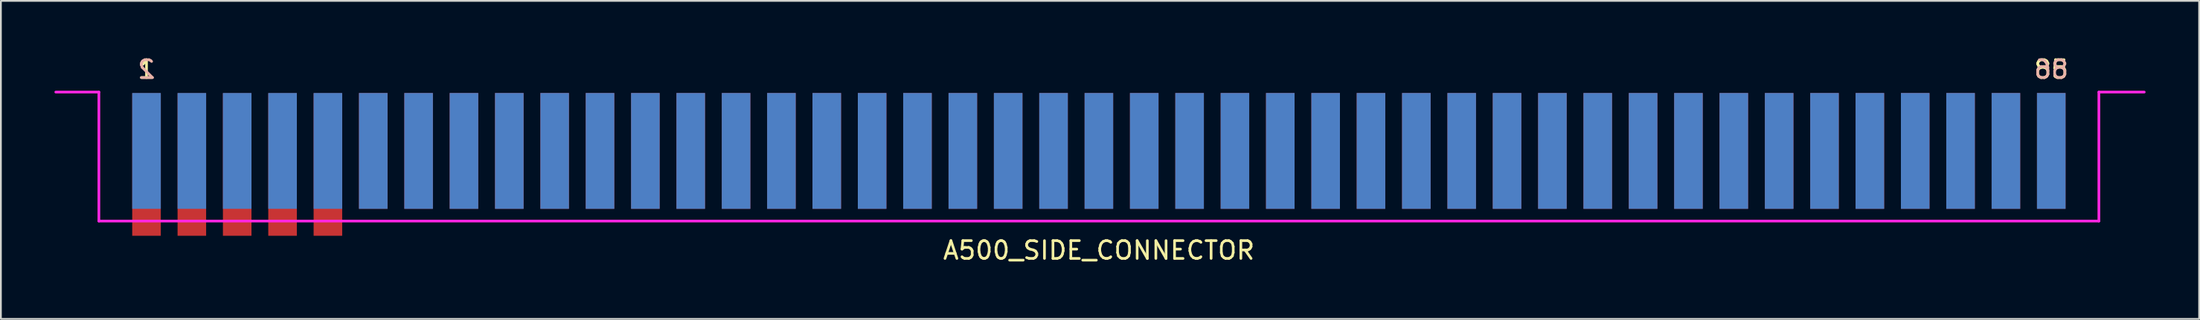
<source format=kicad_pcb>
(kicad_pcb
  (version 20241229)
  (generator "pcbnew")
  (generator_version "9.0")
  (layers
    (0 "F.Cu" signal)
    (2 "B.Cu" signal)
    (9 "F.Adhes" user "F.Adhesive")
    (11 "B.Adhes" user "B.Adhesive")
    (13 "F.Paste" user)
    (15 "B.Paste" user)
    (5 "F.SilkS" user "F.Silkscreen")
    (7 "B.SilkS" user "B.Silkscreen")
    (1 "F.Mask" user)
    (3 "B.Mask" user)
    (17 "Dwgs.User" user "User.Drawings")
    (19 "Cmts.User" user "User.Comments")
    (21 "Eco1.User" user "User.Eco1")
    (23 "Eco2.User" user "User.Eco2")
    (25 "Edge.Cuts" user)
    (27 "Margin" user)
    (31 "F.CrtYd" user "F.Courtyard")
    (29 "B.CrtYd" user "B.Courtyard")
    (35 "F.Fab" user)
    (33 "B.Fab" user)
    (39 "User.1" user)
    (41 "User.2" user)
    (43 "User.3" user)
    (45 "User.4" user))
  (footprint "A500_SIDE_CONNECTOR"
    (layer "F.Cu")
    (at 25.475 10.5)
    (property "Reference" "A500_SIDE_CONNECTOR" (at 33.02 0.5 0) (layer "F.SilkS") (effects (font (size 1 1) (thickness 0.15))))
    (attr through_hole)
    (fp_line (start -22.987 -8.382) (end -25.4 -8.382) (stroke (width 0.15) (type solid)) (layer "F.CrtYd"))
    (fp_line (start -22.987 -1.143) (end -22.987 -8.382) (stroke (width 0.15) (type solid)) (layer "F.CrtYd"))
    (fp_line (start 89.027 -8.382) (end 89.027 -1.143) (stroke (width 0.15) (type solid)) (layer "F.CrtYd"))
    (fp_line (start 89.027 -8.382) (end 91.567 -8.382) (stroke (width 0.15) (type solid)) (layer "F.CrtYd"))
    (fp_line (start 89.027 -1.143) (end -22.987 -1.143) (stroke (width 0.15) (type solid)) (layer "F.CrtYd"))
    (fp_text user "1" (at -20.32 -9.652 0) (unlocked yes) (layer "F.SilkS") (effects (font (size 1 1) (thickness 0.15))))
    (fp_text user "85" (at 86.36 -9.652 0) (unlocked yes) (layer "F.SilkS") (effects (font (size 1 1) (thickness 0.15))))
    (fp_text user "2" (at -20.32 -9.652 0) (unlocked yes) (layer "B.SilkS") (effects (font (size 1 1) (thickness 0.15)) (justify mirror)))
    (fp_text user "86" (at 86.36 -9.652 0) (unlocked yes) (layer "B.SilkS") (effects (font (size 1 1) (thickness 0.15)) (justify mirror)))
    (pad "" smd rect (at 33.02 -3.937) (size 112.014 8.8) (layers "*.Mask"))
    (pad "1" smd rect (at -20.32 -4.318) (size 1.6 8) (layers "F.Cu" "F.Mask" "F.Paste"))
    (pad "2" smd rect (at -20.32 -5.08) (size 1.6 6.5) (layers "B.Cu" "B.Mask" "B.Paste"))
    (pad "3" smd rect (at -17.78 -4.318) (size 1.6 8) (layers "F.Cu" "F.Mask" "F.Paste"))
    (pad "4" smd rect (at -17.78 -5.08) (size 1.6 6.5) (layers "B.Cu" "B.Mask" "B.Paste"))
    (pad "5" smd rect (at -15.24 -4.318) (size 1.6 8) (layers "F.Cu" "F.Mask" "F.Paste"))
    (pad "6" smd rect (at -15.24 -5.08) (size 1.6 6.5) (layers "B.Cu" "B.Mask" "B.Paste"))
    (pad "7" smd rect (at -12.7 -4.318) (size 1.6 8) (layers "F.Cu" "F.Mask" "F.Paste"))
    (pad "8" smd rect (at -12.7 -5.08) (size 1.6 6.5) (layers "B.Cu" "B.Mask" "B.Paste"))
    (pad "9" smd rect (at -10.16 -4.318) (size 1.6 8) (layers "F.Cu" "F.Mask" "F.Paste"))
    (pad "10" smd rect (at -10.16 -5.08) (size 1.6 6.5) (layers "B.Cu" "B.Mask" "B.Paste"))
    (pad "11" smd rect (at -7.62 -5.08) (size 1.6 6.5) (layers "F.Cu" "F.Mask" "F.Paste"))
    (pad "12" smd rect (at -7.62 -5.08) (size 1.6 6.5) (layers "B.Cu" "B.Mask" "B.Paste"))
    (pad "13" smd rect (at -5.08 -5.08) (size 1.6 6.5) (layers "F.Cu" "F.Mask" "F.Paste"))
    (pad "14" smd rect (at -5.08 -5.08) (size 1.6 6.5) (layers "B.Cu" "B.Mask" "B.Paste"))
    (pad "15" smd rect (at -2.54 -5.08) (size 1.6 6.5) (layers "F.Cu" "F.Mask" "F.Paste"))
    (pad "16" smd rect (at -2.54 -5.08) (size 1.6 6.5) (layers "B.Cu" "B.Mask" "B.Paste"))
    (pad "17" smd rect (at 0 -5.08) (size 1.6 6.5) (layers "F.Cu" "F.Mask" "F.Paste"))
    (pad "18" smd rect (at 0 -5.08) (size 1.6 6.5) (layers "B.Cu" "B.Mask" "B.Paste"))
    (pad "19" smd rect (at 2.54 -5.08) (size 1.6 6.5) (layers "F.Cu" "F.Mask" "F.Paste"))
    (pad "20" smd rect (at 2.54 -5.08) (size 1.6 6.5) (layers "B.Cu" "B.Mask" "B.Paste"))
    (pad "21" smd rect (at 5.08 -5.08) (size 1.6 6.5) (layers "F.Cu" "F.Mask" "F.Paste"))
    (pad "22" smd rect (at 5.08 -5.08) (size 1.6 6.5) (layers "B.Cu" "B.Mask" "B.Paste"))
    (pad "23" smd rect (at 7.62 -5.08) (size 1.6 6.5) (layers "F.Cu" "F.Mask" "F.Paste"))
    (pad "24" smd rect (at 7.62 -5.08) (size 1.6 6.5) (layers "B.Cu" "B.Mask" "B.Paste"))
    (pad "25" smd rect (at 10.16 -5.08) (size 1.6 6.5) (layers "F.Cu" "F.Mask" "F.Paste"))
    (pad "26" smd rect (at 10.16 -5.08) (size 1.6 6.5) (layers "B.Cu" "B.Mask" "B.Paste"))
    (pad "27" smd rect (at 12.7 -5.08) (size 1.6 6.5) (layers "F.Cu" "F.Mask" "F.Paste"))
    (pad "28" smd rect (at 12.7 -5.08) (size 1.6 6.5) (layers "B.Cu" "B.Mask" "B.Paste"))
    (pad "29" smd rect (at 15.24 -5.08) (size 1.6 6.5) (layers "F.Cu" "F.Mask" "F.Paste"))
    (pad "30" smd rect (at 15.24 -5.08) (size 1.6 6.5) (layers "B.Cu" "B.Mask" "B.Paste"))
    (pad "31" smd rect (at 17.78 -5.08) (size 1.6 6.5) (layers "F.Cu" "F.Mask" "F.Paste"))
    (pad "32" smd rect (at 17.78 -5.08) (size 1.6 6.5) (layers "B.Cu" "B.Mask" "B.Paste"))
    (pad "33" smd rect (at 20.32 -5.08) (size 1.6 6.5) (layers "F.Cu" "F.Mask" "F.Paste"))
    (pad "34" smd rect (at 20.32 -5.08) (size 1.6 6.5) (layers "B.Cu" "B.Mask" "B.Paste"))
    (pad "35" smd rect (at 22.86 -5.08) (size 1.6 6.5) (layers "F.Cu" "F.Mask" "F.Paste"))
    (pad "36" smd rect (at 22.86 -5.08) (size 1.6 6.5) (layers "B.Cu" "B.Mask" "B.Paste"))
    (pad "37" smd rect (at 25.4 -5.08) (size 1.6 6.5) (layers "F.Cu" "F.Mask" "F.Paste"))
    (pad "38" smd rect (at 25.4 -5.08) (size 1.6 6.5) (layers "B.Cu" "B.Mask" "B.Paste"))
    (pad "39" smd rect (at 27.94 -5.08) (size 1.6 6.5) (layers "F.Cu" "F.Mask" "F.Paste"))
    (pad "40" smd rect (at 27.94 -5.08) (size 1.6 6.5) (layers "B.Cu" "B.Mask" "B.Paste"))
    (pad "41" smd rect (at 30.48 -5.08) (size 1.6 6.5) (layers "F.Cu" "F.Mask" "F.Paste"))
    (pad "42" smd rect (at 30.48 -5.08) (size 1.6 6.5) (layers "B.Cu" "B.Mask" "B.Paste"))
    (pad "43" smd rect (at 33.02 -5.08) (size 1.6 6.5) (layers "F.Cu" "F.Mask" "F.Paste"))
    (pad "44" smd rect (at 33.02 -5.08) (size 1.6 6.5) (layers "B.Cu" "B.Mask" "B.Paste"))
    (pad "45" smd rect (at 35.56 -5.08) (size 1.6 6.5) (layers "F.Cu" "F.Mask" "F.Paste"))
    (pad "46" smd rect (at 35.56 -5.08) (size 1.6 6.5) (layers "B.Cu" "B.Mask" "B.Paste"))
    (pad "47" smd rect (at 38.1 -5.08) (size 1.6 6.5) (layers "F.Cu" "F.Mask" "F.Paste"))
    (pad "48" smd rect (at 38.1 -5.08) (size 1.6 6.5) (layers "B.Cu" "B.Mask" "B.Paste"))
    (pad "49" smd rect (at 40.64 -5.08) (size 1.6 6.5) (layers "F.Cu" "F.Mask" "F.Paste"))
    (pad "50" smd rect (at 40.64 -5.08) (size 1.6 6.5) (layers "B.Cu" "B.Mask" "B.Paste"))
    (pad "51" smd rect (at 43.18 -5.08) (size 1.6 6.5) (layers "F.Cu" "F.Mask" "F.Paste"))
    (pad "52" smd rect (at 43.18 -5.08) (size 1.6 6.5) (layers "B.Cu" "B.Mask" "B.Paste"))
    (pad "53" smd rect (at 45.72 -5.08) (size 1.6 6.5) (layers "F.Cu" "F.Mask" "F.Paste"))
    (pad "54" smd rect (at 45.72 -5.08) (size 1.6 6.5) (layers "B.Cu" "B.Mask" "B.Paste"))
    (pad "55" smd rect (at 48.26 -5.08) (size 1.6 6.5) (layers "F.Cu" "F.Mask" "F.Paste"))
    (pad "56" smd rect (at 48.26 -5.08) (size 1.6 6.5) (layers "B.Cu" "B.Mask" "B.Paste"))
    (pad "57" smd rect (at 50.8 -5.08) (size 1.6 6.5) (layers "F.Cu" "F.Mask" "F.Paste"))
    (pad "58" smd rect (at 50.8 -5.08) (size 1.6 6.5) (layers "B.Cu" "B.Mask" "B.Paste"))
    (pad "59" smd rect (at 53.34 -5.08) (size 1.6 6.5) (layers "F.Cu" "F.Mask" "F.Paste"))
    (pad "60" smd rect (at 53.34 -5.08) (size 1.6 6.5) (layers "B.Cu" "B.Mask" "B.Paste"))
    (pad "61" smd rect (at 55.88 -5.08) (size 1.6 6.5) (layers "F.Cu" "F.Mask" "F.Paste"))
    (pad "62" smd rect (at 55.88 -5.08) (size 1.6 6.5) (layers "B.Cu" "B.Mask" "B.Paste"))
    (pad "63" smd rect (at 58.42 -5.08) (size 1.6 6.5) (layers "F.Cu" "F.Mask" "F.Paste"))
    (pad "64" smd rect (at 58.42 -5.08) (size 1.6 6.5) (layers "B.Cu" "B.Mask" "B.Paste"))
    (pad "65" smd rect (at 60.96 -5.08) (size 1.6 6.5) (layers "F.Cu" "F.Mask" "F.Paste"))
    (pad "66" smd rect (at 60.96 -5.08) (size 1.6 6.5) (layers "B.Cu" "B.Mask" "B.Paste"))
    (pad "67" smd rect (at 63.5 -5.08) (size 1.6 6.5) (layers "F.Cu" "F.Mask" "F.Paste"))
    (pad "68" smd rect (at 63.5 -5.08) (size 1.6 6.5) (layers "B.Cu" "B.Mask" "B.Paste"))
    (pad "69" smd rect (at 66.04 -5.08) (size 1.6 6.5) (layers "F.Cu" "F.Mask" "F.Paste"))
    (pad "70" smd rect (at 66.04 -5.08) (size 1.6 6.5) (layers "B.Cu" "B.Mask" "B.Paste"))
    (pad "71" smd rect (at 68.58 -5.08) (size 1.6 6.5) (layers "F.Cu" "F.Mask" "F.Paste"))
    (pad "72" smd rect (at 68.58 -5.08) (size 1.6 6.5) (layers "B.Cu" "B.Mask" "B.Paste"))
    (pad "73" smd rect (at 71.12 -5.08) (size 1.6 6.5) (layers "F.Cu" "F.Mask" "F.Paste"))
    (pad "74" smd rect (at 71.12 -5.08) (size 1.6 6.5) (layers "B.Cu" "B.Mask" "B.Paste"))
    (pad "75" smd rect (at 73.66 -5.08) (size 1.6 6.5) (layers "F.Cu" "F.Mask" "F.Paste"))
    (pad "76" smd rect (at 73.66 -5.08) (size 1.6 6.5) (layers "B.Cu" "B.Mask" "B.Paste"))
    (pad "77" smd rect (at 76.2 -5.08) (size 1.6 6.5) (layers "F.Cu" "F.Mask" "F.Paste"))
    (pad "78" smd rect (at 76.2 -5.08) (size 1.6 6.5) (layers "B.Cu" "B.Mask" "B.Paste"))
    (pad "79" smd rect (at 78.74 -5.08) (size 1.6 6.5) (layers "F.Cu" "F.Mask" "F.Paste"))
    (pad "80" smd rect (at 78.74 -5.08) (size 1.6 6.5) (layers "B.Cu" "B.Mask" "B.Paste"))
    (pad "81" smd rect (at 81.28 -5.08) (size 1.6 6.5) (layers "F.Cu" "F.Mask" "F.Paste"))
    (pad "82" smd rect (at 81.28 -5.08) (size 1.6 6.5) (layers "B.Cu" "B.Mask" "B.Paste"))
    (pad "83" smd rect (at 83.82 -5.08) (size 1.6 6.5) (layers "F.Cu" "F.Mask" "F.Paste"))
    (pad "84" smd rect (at 83.82 -5.08) (size 1.6 6.5) (layers "B.Cu" "B.Mask" "B.Paste"))
    (pad "85" smd rect (at 86.36 -5.08) (size 1.6 6.5) (layers "F.Cu" "F.Mask" "F.Paste"))
    (pad "86" smd rect (at 86.36 -5.08) (size 1.6 6.5) (layers "B.Cu" "B.Mask" "B.Paste")))
  (gr_rect
    (start -3 -3)
    (end 120.117 14.848)
    (stroke (width 0.1) (type default))
    (fill no)
    (layer "Edge.Cuts")))
</source>
